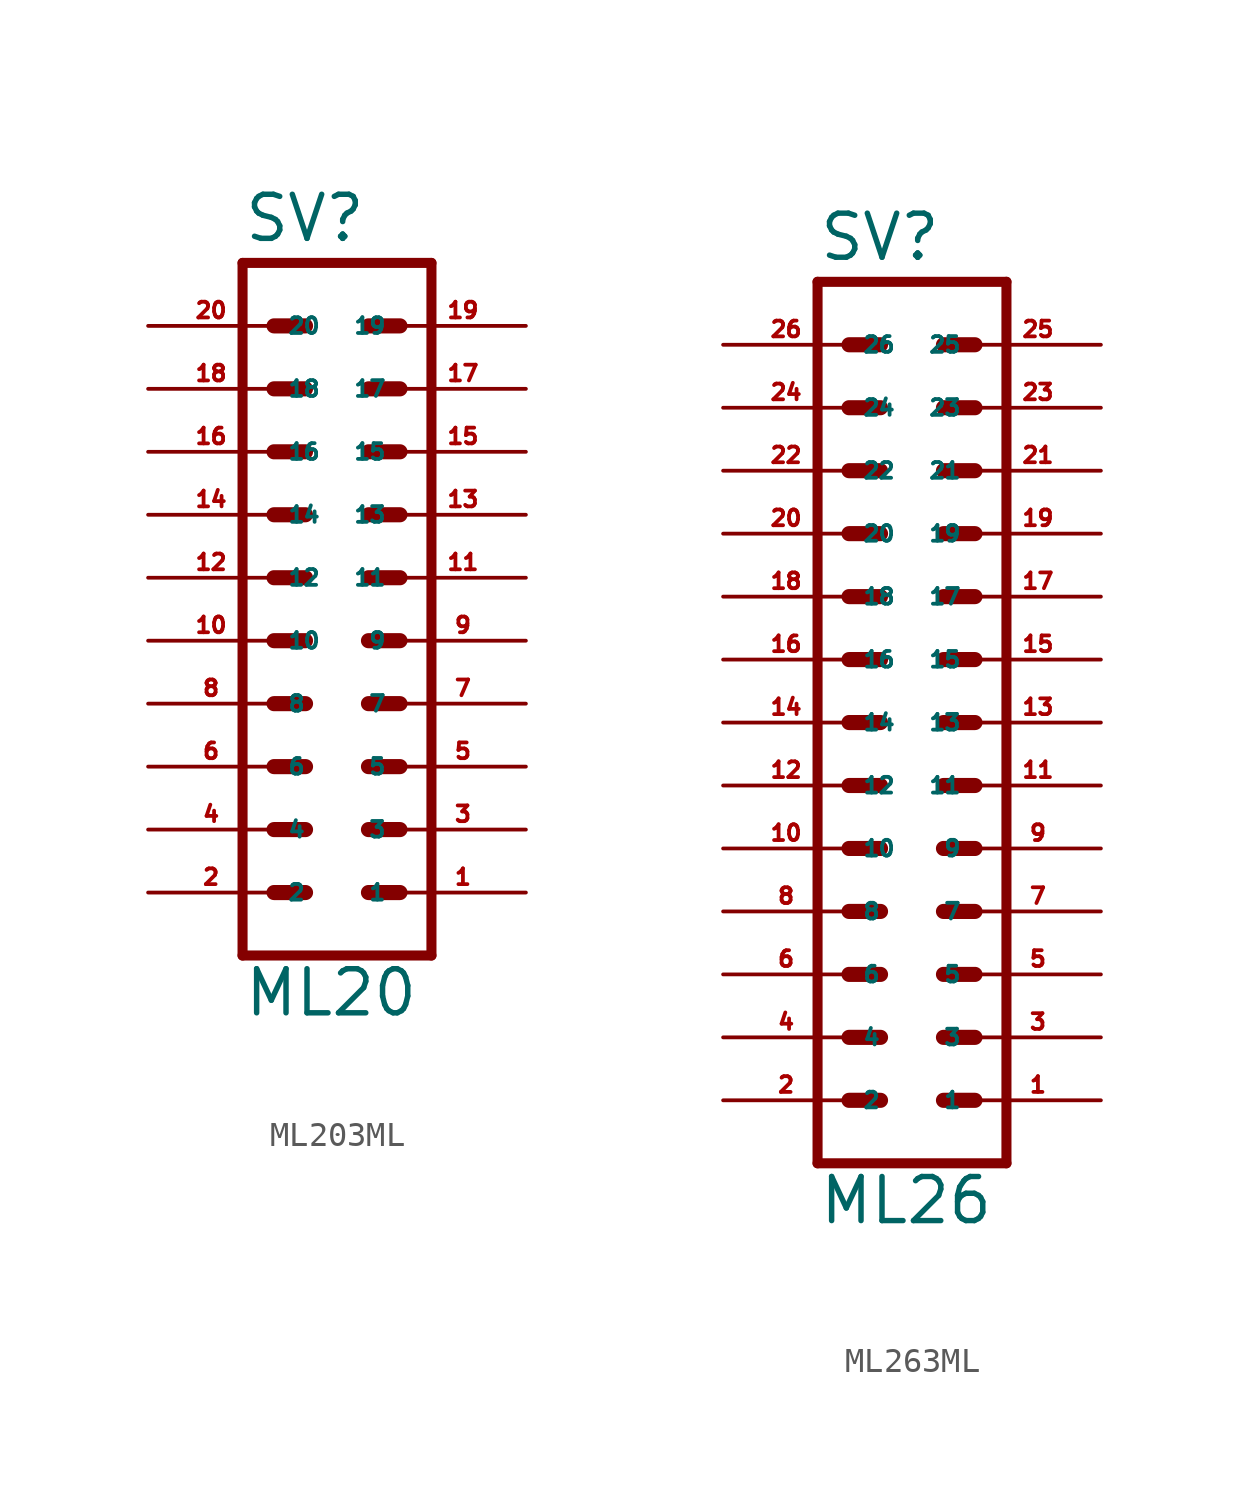
<source format=kicad_sym>
(kicad_symbol_lib
  (version 20220914)
  (generator Eagle2Kicad)
  (symbol "ML203ML"
    (property "Reference" "SV"
      (at -3.81 13.462 0)
      (effects (font (size 1.778 1.778) (thickness 0.22)) (justify left bottom)))
    (property "Value" "ML20"
      (at -3.81 -17.78 0)
      (effects (font (size 1.778 1.778) (thickness 0.22)) (justify left bottom)))
    (polyline
      (pts (xy 3.81 -15.24) (xy -3.81 -15.24))
      (stroke (width 0.406) (type default))
      (fill (type none)))
    (polyline
      (pts (xy -3.81 12.7) (xy -3.81 -15.24))
      (stroke (width 0.406) (type default))
      (fill (type none)))
    (polyline
      (pts (xy -3.81 12.7) (xy 3.81 12.7))
      (stroke (width 0.406) (type default))
      (fill (type none)))
    (polyline
      (pts (xy 3.81 -15.24) (xy 3.81 12.7))
      (stroke (width 0.406) (type default))
      (fill (type none)))
    (polyline
      (pts (xy 1.27 -2.54) (xy 2.54 -2.54))
      (stroke (width 0.61) (type default))
      (fill (type none)))
    (polyline
      (pts (xy 1.27 -5.08) (xy 2.54 -5.08))
      (stroke (width 0.61) (type default))
      (fill (type none)))
    (polyline
      (pts (xy 1.27 -7.62) (xy 2.54 -7.62))
      (stroke (width 0.61) (type default))
      (fill (type none)))
    (polyline
      (pts (xy 1.27 -10.16) (xy 2.54 -10.16))
      (stroke (width 0.61) (type default))
      (fill (type none)))
    (polyline
      (pts (xy 1.27 -12.7) (xy 2.54 -12.7))
      (stroke (width 0.61) (type default))
      (fill (type none)))
    (polyline
      (pts (xy -2.54 -2.54) (xy -1.27 -2.54))
      (stroke (width 0.61) (type default))
      (fill (type none)))
    (polyline
      (pts (xy -2.54 -5.08) (xy -1.27 -5.08))
      (stroke (width 0.61) (type default))
      (fill (type none)))
    (polyline
      (pts (xy -2.54 -7.62) (xy -1.27 -7.62))
      (stroke (width 0.61) (type default))
      (fill (type none)))
    (polyline
      (pts (xy -2.54 -10.16) (xy -1.27 -10.16))
      (stroke (width 0.61) (type default))
      (fill (type none)))
    (polyline
      (pts (xy -2.54 -12.7) (xy -1.27 -12.7))
      (stroke (width 0.61) (type default))
      (fill (type none)))
    (polyline
      (pts (xy 1.27 0) (xy 2.54 0))
      (stroke (width 0.61) (type default))
      (fill (type none)))
    (polyline
      (pts (xy 1.27 2.54) (xy 2.54 2.54))
      (stroke (width 0.61) (type default))
      (fill (type none)))
    (polyline
      (pts (xy 1.27 5.08) (xy 2.54 5.08))
      (stroke (width 0.61) (type default))
      (fill (type none)))
    (polyline
      (pts (xy 1.27 7.62) (xy 2.54 7.62))
      (stroke (width 0.61) (type default))
      (fill (type none)))
    (polyline
      (pts (xy 1.27 10.16) (xy 2.54 10.16))
      (stroke (width 0.61) (type default))
      (fill (type none)))
    (polyline
      (pts (xy -2.54 0) (xy -1.27 0))
      (stroke (width 0.61) (type default))
      (fill (type none)))
    (polyline
      (pts (xy -2.54 2.54) (xy -1.27 2.54))
      (stroke (width 0.61) (type default))
      (fill (type none)))
    (polyline
      (pts (xy -2.54 5.08) (xy -1.27 5.08))
      (stroke (width 0.61) (type default))
      (fill (type none)))
    (polyline
      (pts (xy -2.54 7.62) (xy -1.27 7.62))
      (stroke (width 0.61) (type default))
      (fill (type none)))
    (polyline
      (pts (xy -2.54 10.16) (xy -1.27 10.16))
      (stroke (width 0.61) (type default))
      (fill (type none)))
    (pin passive line
      (at 7.62 -12.7 180)
      (length 5.08)
      (name "1" (effects (font (size 0.635 0.635) (thickness 0.08)) (justify left bottom)))
      (number "1" (effects (font (size 0.635 0.635) (thickness 0.08)) (justify left bottom))))
    (pin passive line
      (at 7.62 -10.16 180)
      (length 5.08)
      (name "3" (effects (font (size 0.635 0.635) (thickness 0.08)) (justify left bottom)))
      (number "3" (effects (font (size 0.635 0.635) (thickness 0.08)) (justify left bottom))))
    (pin passive line
      (at 7.62 -7.62 180)
      (length 5.08)
      (name "5" (effects (font (size 0.635 0.635) (thickness 0.08)) (justify left bottom)))
      (number "5" (effects (font (size 0.635 0.635) (thickness 0.08)) (justify left bottom))))
    (pin passive line
      (at 7.62 -5.08 180)
      (length 5.08)
      (name "7" (effects (font (size 0.635 0.635) (thickness 0.08)) (justify left bottom)))
      (number "7" (effects (font (size 0.635 0.635) (thickness 0.08)) (justify left bottom))))
    (pin passive line
      (at 7.62 -2.54 180)
      (length 5.08)
      (name "9" (effects (font (size 0.635 0.635) (thickness 0.08)) (justify left bottom)))
      (number "9" (effects (font (size 0.635 0.635) (thickness 0.08)) (justify left bottom))))
    (pin passive line
      (at 7.62 0 180)
      (length 5.08)
      (name "11" (effects (font (size 0.635 0.635) (thickness 0.08)) (justify left bottom)))
      (number "11" (effects (font (size 0.635 0.635) (thickness 0.08)) (justify left bottom))))
    (pin passive line
      (at 7.62 2.54 180)
      (length 5.08)
      (name "13" (effects (font (size 0.635 0.635) (thickness 0.08)) (justify left bottom)))
      (number "13" (effects (font (size 0.635 0.635) (thickness 0.08)) (justify left bottom))))
    (pin passive line
      (at 7.62 5.08 180)
      (length 5.08)
      (name "15" (effects (font (size 0.635 0.635) (thickness 0.08)) (justify left bottom)))
      (number "15" (effects (font (size 0.635 0.635) (thickness 0.08)) (justify left bottom))))
    (pin passive line
      (at 7.62 7.62 180)
      (length 5.08)
      (name "17" (effects (font (size 0.635 0.635) (thickness 0.08)) (justify left bottom)))
      (number "17" (effects (font (size 0.635 0.635) (thickness 0.08)) (justify left bottom))))
    (pin passive line
      (at 7.62 10.16 180)
      (length 5.08)
      (name "19" (effects (font (size 0.635 0.635) (thickness 0.08)) (justify left bottom)))
      (number "19" (effects (font (size 0.635 0.635) (thickness 0.08)) (justify left bottom))))
    (pin passive line
      (at -7.62 -12.7 0)
      (length 5.08)
      (name "2" (effects (font (size 0.635 0.635) (thickness 0.08)) (justify left bottom)))
      (number "2" (effects (font (size 0.635 0.635) (thickness 0.08)) (justify left bottom))))
    (pin passive line
      (at -7.62 -10.16 0)
      (length 5.08)
      (name "4" (effects (font (size 0.635 0.635) (thickness 0.08)) (justify left bottom)))
      (number "4" (effects (font (size 0.635 0.635) (thickness 0.08)) (justify left bottom))))
    (pin passive line
      (at -7.62 -7.62 0)
      (length 5.08)
      (name "6" (effects (font (size 0.635 0.635) (thickness 0.08)) (justify left bottom)))
      (number "6" (effects (font (size 0.635 0.635) (thickness 0.08)) (justify left bottom))))
    (pin passive line
      (at -7.62 -5.08 0)
      (length 5.08)
      (name "8" (effects (font (size 0.635 0.635) (thickness 0.08)) (justify left bottom)))
      (number "8" (effects (font (size 0.635 0.635) (thickness 0.08)) (justify left bottom))))
    (pin passive line
      (at -7.62 -2.54 0)
      (length 5.08)
      (name "10" (effects (font (size 0.635 0.635) (thickness 0.08)) (justify left bottom)))
      (number "10" (effects (font (size 0.635 0.635) (thickness 0.08)) (justify left bottom))))
    (pin passive line
      (at -7.62 0 0)
      (length 5.08)
      (name "12" (effects (font (size 0.635 0.635) (thickness 0.08)) (justify left bottom)))
      (number "12" (effects (font (size 0.635 0.635) (thickness 0.08)) (justify left bottom))))
    (pin passive line
      (at -7.62 2.54 0)
      (length 5.08)
      (name "14" (effects (font (size 0.635 0.635) (thickness 0.08)) (justify left bottom)))
      (number "14" (effects (font (size 0.635 0.635) (thickness 0.08)) (justify left bottom))))
    (pin passive line
      (at -7.62 5.08 0)
      (length 5.08)
      (name "16" (effects (font (size 0.635 0.635) (thickness 0.08)) (justify left bottom)))
      (number "16" (effects (font (size 0.635 0.635) (thickness 0.08)) (justify left bottom))))
    (pin passive line
      (at -7.62 7.62 0)
      (length 5.08)
      (name "18" (effects (font (size 0.635 0.635) (thickness 0.08)) (justify left bottom)))
      (number "18" (effects (font (size 0.635 0.635) (thickness 0.08)) (justify left bottom))))
    (pin passive line
      (at -7.62 10.16 0)
      (length 5.08)
      (name "20" (effects (font (size 0.635 0.635) (thickness 0.08)) (justify left bottom)))
      (number "20" (effects (font (size 0.635 0.635) (thickness 0.08)) (justify left bottom)))))
  (symbol "ML263ML"
    (property "Reference" "SV"
      (at -3.81 18.542 0)
      (effects (font (size 1.778 1.778) (thickness 0.22)) (justify left bottom)))
    (property "Value" "ML26"
      (at -3.81 -20.32 0)
      (effects (font (size 1.778 1.778) (thickness 0.22)) (justify left bottom)))
    (polyline
      (pts (xy 3.81 -17.78) (xy -3.81 -17.78))
      (stroke (width 0.406) (type default))
      (fill (type none)))
    (polyline
      (pts (xy -3.81 17.78) (xy -3.81 -17.78))
      (stroke (width 0.406) (type default))
      (fill (type none)))
    (polyline
      (pts (xy -3.81 17.78) (xy 3.81 17.78))
      (stroke (width 0.406) (type default))
      (fill (type none)))
    (polyline
      (pts (xy 3.81 -17.78) (xy 3.81 17.78))
      (stroke (width 0.406) (type default))
      (fill (type none)))
    (polyline
      (pts (xy 1.27 -5.08) (xy 2.54 -5.08))
      (stroke (width 0.61) (type default))
      (fill (type none)))
    (polyline
      (pts (xy 1.27 -7.62) (xy 2.54 -7.62))
      (stroke (width 0.61) (type default))
      (fill (type none)))
    (polyline
      (pts (xy 1.27 -10.16) (xy 2.54 -10.16))
      (stroke (width 0.61) (type default))
      (fill (type none)))
    (polyline
      (pts (xy 1.27 -12.7) (xy 2.54 -12.7))
      (stroke (width 0.61) (type default))
      (fill (type none)))
    (polyline
      (pts (xy 1.27 -15.24) (xy 2.54 -15.24))
      (stroke (width 0.61) (type default))
      (fill (type none)))
    (polyline
      (pts (xy -2.54 -5.08) (xy -1.27 -5.08))
      (stroke (width 0.61) (type default))
      (fill (type none)))
    (polyline
      (pts (xy -2.54 -7.62) (xy -1.27 -7.62))
      (stroke (width 0.61) (type default))
      (fill (type none)))
    (polyline
      (pts (xy -2.54 -10.16) (xy -1.27 -10.16))
      (stroke (width 0.61) (type default))
      (fill (type none)))
    (polyline
      (pts (xy -2.54 -12.7) (xy -1.27 -12.7))
      (stroke (width 0.61) (type default))
      (fill (type none)))
    (polyline
      (pts (xy -2.54 -15.24) (xy -1.27 -15.24))
      (stroke (width 0.61) (type default))
      (fill (type none)))
    (polyline
      (pts (xy 1.27 -2.54) (xy 2.54 -2.54))
      (stroke (width 0.61) (type default))
      (fill (type none)))
    (polyline
      (pts (xy 1.27 0) (xy 2.54 0))
      (stroke (width 0.61) (type default))
      (fill (type none)))
    (polyline
      (pts (xy 1.27 2.54) (xy 2.54 2.54))
      (stroke (width 0.61) (type default))
      (fill (type none)))
    (polyline
      (pts (xy 1.27 5.08) (xy 2.54 5.08))
      (stroke (width 0.61) (type default))
      (fill (type none)))
    (polyline
      (pts (xy 1.27 7.62) (xy 2.54 7.62))
      (stroke (width 0.61) (type default))
      (fill (type none)))
    (polyline
      (pts (xy -2.54 -2.54) (xy -1.27 -2.54))
      (stroke (width 0.61) (type default))
      (fill (type none)))
    (polyline
      (pts (xy -2.54 0) (xy -1.27 0))
      (stroke (width 0.61) (type default))
      (fill (type none)))
    (polyline
      (pts (xy -2.54 2.54) (xy -1.27 2.54))
      (stroke (width 0.61) (type default))
      (fill (type none)))
    (polyline
      (pts (xy -2.54 5.08) (xy -1.27 5.08))
      (stroke (width 0.61) (type default))
      (fill (type none)))
    (polyline
      (pts (xy -2.54 7.62) (xy -1.27 7.62))
      (stroke (width 0.61) (type default))
      (fill (type none)))
    (polyline
      (pts (xy 1.27 10.16) (xy 2.54 10.16))
      (stroke (width 0.61) (type default))
      (fill (type none)))
    (polyline
      (pts (xy 1.27 12.7) (xy 2.54 12.7))
      (stroke (width 0.61) (type default))
      (fill (type none)))
    (polyline
      (pts (xy 1.27 15.24) (xy 2.54 15.24))
      (stroke (width 0.61) (type default))
      (fill (type none)))
    (polyline
      (pts (xy -2.54 10.16) (xy -1.27 10.16))
      (stroke (width 0.61) (type default))
      (fill (type none)))
    (polyline
      (pts (xy -2.54 12.7) (xy -1.27 12.7))
      (stroke (width 0.61) (type default))
      (fill (type none)))
    (polyline
      (pts (xy -2.54 15.24) (xy -1.27 15.24))
      (stroke (width 0.61) (type default))
      (fill (type none)))
    (pin passive line
      (at 7.62 -15.24 180)
      (length 5.08)
      (name "1" (effects (font (size 0.635 0.635) (thickness 0.08)) (justify left bottom)))
      (number "1" (effects (font (size 0.635 0.635) (thickness 0.08)) (justify left bottom))))
    (pin passive line
      (at 7.62 -12.7 180)
      (length 5.08)
      (name "3" (effects (font (size 0.635 0.635) (thickness 0.08)) (justify left bottom)))
      (number "3" (effects (font (size 0.635 0.635) (thickness 0.08)) (justify left bottom))))
    (pin passive line
      (at 7.62 -10.16 180)
      (length 5.08)
      (name "5" (effects (font (size 0.635 0.635) (thickness 0.08)) (justify left bottom)))
      (number "5" (effects (font (size 0.635 0.635) (thickness 0.08)) (justify left bottom))))
    (pin passive line
      (at 7.62 -7.62 180)
      (length 5.08)
      (name "7" (effects (font (size 0.635 0.635) (thickness 0.08)) (justify left bottom)))
      (number "7" (effects (font (size 0.635 0.635) (thickness 0.08)) (justify left bottom))))
    (pin passive line
      (at 7.62 -5.08 180)
      (length 5.08)
      (name "9" (effects (font (size 0.635 0.635) (thickness 0.08)) (justify left bottom)))
      (number "9" (effects (font (size 0.635 0.635) (thickness 0.08)) (justify left bottom))))
    (pin passive line
      (at 7.62 -2.54 180)
      (length 5.08)
      (name "11" (effects (font (size 0.635 0.635) (thickness 0.08)) (justify left bottom)))
      (number "11" (effects (font (size 0.635 0.635) (thickness 0.08)) (justify left bottom))))
    (pin passive line
      (at 7.62 0 180)
      (length 5.08)
      (name "13" (effects (font (size 0.635 0.635) (thickness 0.08)) (justify left bottom)))
      (number "13" (effects (font (size 0.635 0.635) (thickness 0.08)) (justify left bottom))))
    (pin passive line
      (at 7.62 2.54 180)
      (length 5.08)
      (name "15" (effects (font (size 0.635 0.635) (thickness 0.08)) (justify left bottom)))
      (number "15" (effects (font (size 0.635 0.635) (thickness 0.08)) (justify left bottom))))
    (pin passive line
      (at 7.62 5.08 180)
      (length 5.08)
      (name "17" (effects (font (size 0.635 0.635) (thickness 0.08)) (justify left bottom)))
      (number "17" (effects (font (size 0.635 0.635) (thickness 0.08)) (justify left bottom))))
    (pin passive line
      (at 7.62 7.62 180)
      (length 5.08)
      (name "19" (effects (font (size 0.635 0.635) (thickness 0.08)) (justify left bottom)))
      (number "19" (effects (font (size 0.635 0.635) (thickness 0.08)) (justify left bottom))))
    (pin passive line
      (at 7.62 10.16 180)
      (length 5.08)
      (name "21" (effects (font (size 0.635 0.635) (thickness 0.08)) (justify left bottom)))
      (number "21" (effects (font (size 0.635 0.635) (thickness 0.08)) (justify left bottom))))
    (pin passive line
      (at 7.62 12.7 180)
      (length 5.08)
      (name "23" (effects (font (size 0.635 0.635) (thickness 0.08)) (justify left bottom)))
      (number "23" (effects (font (size 0.635 0.635) (thickness 0.08)) (justify left bottom))))
    (pin passive line
      (at 7.62 15.24 180)
      (length 5.08)
      (name "25" (effects (font (size 0.635 0.635) (thickness 0.08)) (justify left bottom)))
      (number "25" (effects (font (size 0.635 0.635) (thickness 0.08)) (justify left bottom))))
    (pin passive line
      (at -7.62 -15.24 0)
      (length 5.08)
      (name "2" (effects (font (size 0.635 0.635) (thickness 0.08)) (justify left bottom)))
      (number "2" (effects (font (size 0.635 0.635) (thickness 0.08)) (justify left bottom))))
    (pin passive line
      (at -7.62 -12.7 0)
      (length 5.08)
      (name "4" (effects (font (size 0.635 0.635) (thickness 0.08)) (justify left bottom)))
      (number "4" (effects (font (size 0.635 0.635) (thickness 0.08)) (justify left bottom))))
    (pin passive line
      (at -7.62 -10.16 0)
      (length 5.08)
      (name "6" (effects (font (size 0.635 0.635) (thickness 0.08)) (justify left bottom)))
      (number "6" (effects (font (size 0.635 0.635) (thickness 0.08)) (justify left bottom))))
    (pin passive line
      (at -7.62 -7.62 0)
      (length 5.08)
      (name "8" (effects (font (size 0.635 0.635) (thickness 0.08)) (justify left bottom)))
      (number "8" (effects (font (size 0.635 0.635) (thickness 0.08)) (justify left bottom))))
    (pin passive line
      (at -7.62 -5.08 0)
      (length 5.08)
      (name "10" (effects (font (size 0.635 0.635) (thickness 0.08)) (justify left bottom)))
      (number "10" (effects (font (size 0.635 0.635) (thickness 0.08)) (justify left bottom))))
    (pin passive line
      (at -7.62 -2.54 0)
      (length 5.08)
      (name "12" (effects (font (size 0.635 0.635) (thickness 0.08)) (justify left bottom)))
      (number "12" (effects (font (size 0.635 0.635) (thickness 0.08)) (justify left bottom))))
    (pin passive line
      (at -7.62 0 0)
      (length 5.08)
      (name "14" (effects (font (size 0.635 0.635) (thickness 0.08)) (justify left bottom)))
      (number "14" (effects (font (size 0.635 0.635) (thickness 0.08)) (justify left bottom))))
    (pin passive line
      (at -7.62 2.54 0)
      (length 5.08)
      (name "16" (effects (font (size 0.635 0.635) (thickness 0.08)) (justify left bottom)))
      (number "16" (effects (font (size 0.635 0.635) (thickness 0.08)) (justify left bottom))))
    (pin passive line
      (at -7.62 5.08 0)
      (length 5.08)
      (name "18" (effects (font (size 0.635 0.635) (thickness 0.08)) (justify left bottom)))
      (number "18" (effects (font (size 0.635 0.635) (thickness 0.08)) (justify left bottom))))
    (pin passive line
      (at -7.62 7.62 0)
      (length 5.08)
      (name "20" (effects (font (size 0.635 0.635) (thickness 0.08)) (justify left bottom)))
      (number "20" (effects (font (size 0.635 0.635) (thickness 0.08)) (justify left bottom))))
    (pin passive line
      (at -7.62 10.16 0)
      (length 5.08)
      (name "22" (effects (font (size 0.635 0.635) (thickness 0.08)) (justify left bottom)))
      (number "22" (effects (font (size 0.635 0.635) (thickness 0.08)) (justify left bottom))))
    (pin passive line
      (at -7.62 12.7 0)
      (length 5.08)
      (name "24" (effects (font (size 0.635 0.635) (thickness 0.08)) (justify left bottom)))
      (number "24" (effects (font (size 0.635 0.635) (thickness 0.08)) (justify left bottom))))
    (pin passive line
      (at -7.62 15.24 0)
      (length 5.08)
      (name "26" (effects (font (size 0.635 0.635) (thickness 0.08)) (justify left bottom)))
      (number "26" (effects (font (size 0.635 0.635) (thickness 0.08)) (justify left bottom))))))
</source>
